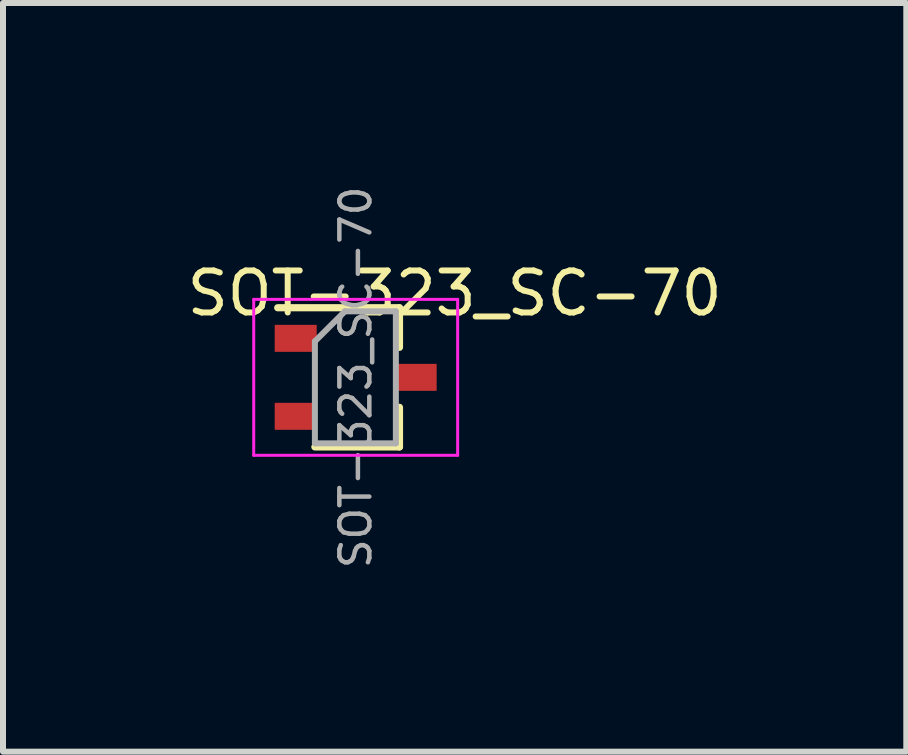
<source format=kicad_pcb>
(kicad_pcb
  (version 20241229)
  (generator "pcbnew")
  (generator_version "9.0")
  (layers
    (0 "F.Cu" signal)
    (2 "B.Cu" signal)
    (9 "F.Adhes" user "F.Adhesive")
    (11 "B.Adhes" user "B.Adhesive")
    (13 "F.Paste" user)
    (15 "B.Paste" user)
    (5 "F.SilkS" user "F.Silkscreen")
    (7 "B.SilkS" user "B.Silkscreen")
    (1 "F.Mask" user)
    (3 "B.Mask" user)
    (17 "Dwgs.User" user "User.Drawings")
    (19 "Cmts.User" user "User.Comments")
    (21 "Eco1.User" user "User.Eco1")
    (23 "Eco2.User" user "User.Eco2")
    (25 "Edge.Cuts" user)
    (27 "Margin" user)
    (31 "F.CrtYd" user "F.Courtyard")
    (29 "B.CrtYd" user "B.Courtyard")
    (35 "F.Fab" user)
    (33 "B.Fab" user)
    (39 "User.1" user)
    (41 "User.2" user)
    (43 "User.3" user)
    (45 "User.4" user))
  (footprint "SOT-323_SC-70"
    (layer "F.Cu")
    (at 2.88 3.241)
    (property "Reference" "SOT-323_SC-70" (at 1.65 -1.4 0) (layer "F.SilkS") (effects (font (size 0.7 0.7) (thickness 0.1))))
    (attr smd)
    (fp_line (start -0.68 1.16) (end 0.73 1.16) (stroke (width 0.12) (type solid)) (layer "F.SilkS"))
    (fp_line (start 0.73 -1.16) (end -1.3 -1.16) (stroke (width 0.12) (type solid)) (layer "F.SilkS"))
    (fp_line (start 0.73 -1.16) (end 0.73 -0.5) (stroke (width 0.12) (type solid)) (layer "F.SilkS"))
    (fp_line (start 0.73 0.5) (end 0.73 1.16) (stroke (width 0.12) (type solid)) (layer "F.SilkS"))
    (fp_line (start -1.7 -1.3) (end 1.7 -1.3) (stroke (width 0.05) (type solid)) (layer "F.CrtYd"))
    (fp_line (start -1.7 1.3) (end -1.7 -1.3) (stroke (width 0.05) (type solid)) (layer "F.CrtYd"))
    (fp_line (start 1.7 -1.3) (end 1.7 1.3) (stroke (width 0.05) (type solid)) (layer "F.CrtYd"))
    (fp_line (start 1.7 1.3) (end -1.7 1.3) (stroke (width 0.05) (type solid)) (layer "F.CrtYd"))
    (fp_line (start -0.68 -0.6) (end -0.68 1.1) (stroke (width 0.1) (type solid)) (layer "F.Fab"))
    (fp_line (start -0.18 -1.1) (end -0.68 -0.6) (stroke (width 0.1) (type solid)) (layer "F.Fab"))
    (fp_line (start 0.67 -1.1) (end -0.18 -1.1) (stroke (width 0.1) (type solid)) (layer "F.Fab"))
    (fp_line (start 0.67 -1.1) (end 0.67 1.1) (stroke (width 0.1) (type solid)) (layer "F.Fab"))
    (fp_line (start 0.67 1.1) (end -0.68 1.1) (stroke (width 0.1) (type solid)) (layer "F.Fab"))
    (fp_text user "${REFERENCE}" (at 0 0 90) (layer "F.Fab") (effects (font (size 0.5 0.5) (thickness 0.075))))
    (pad "1" smd rect (at -1 -0.65 270) (size 0.45 0.7) (layers "F.Cu" "F.Mask" "F.Paste"))
    (pad "2" smd rect (at -1 0.65 270) (size 0.45 0.7) (layers "F.Cu" "F.Mask" "F.Paste"))
    (pad "3" smd rect (at 1 0 270) (size 0.45 0.7) (layers "F.Cu" "F.Mask" "F.Paste")))
  (gr_rect
    (start -3 -3)
    (end 12.06 9.482)
    (stroke (width 0.1) (type default))
    (fill no)
    (layer "Edge.Cuts")))
</source>
